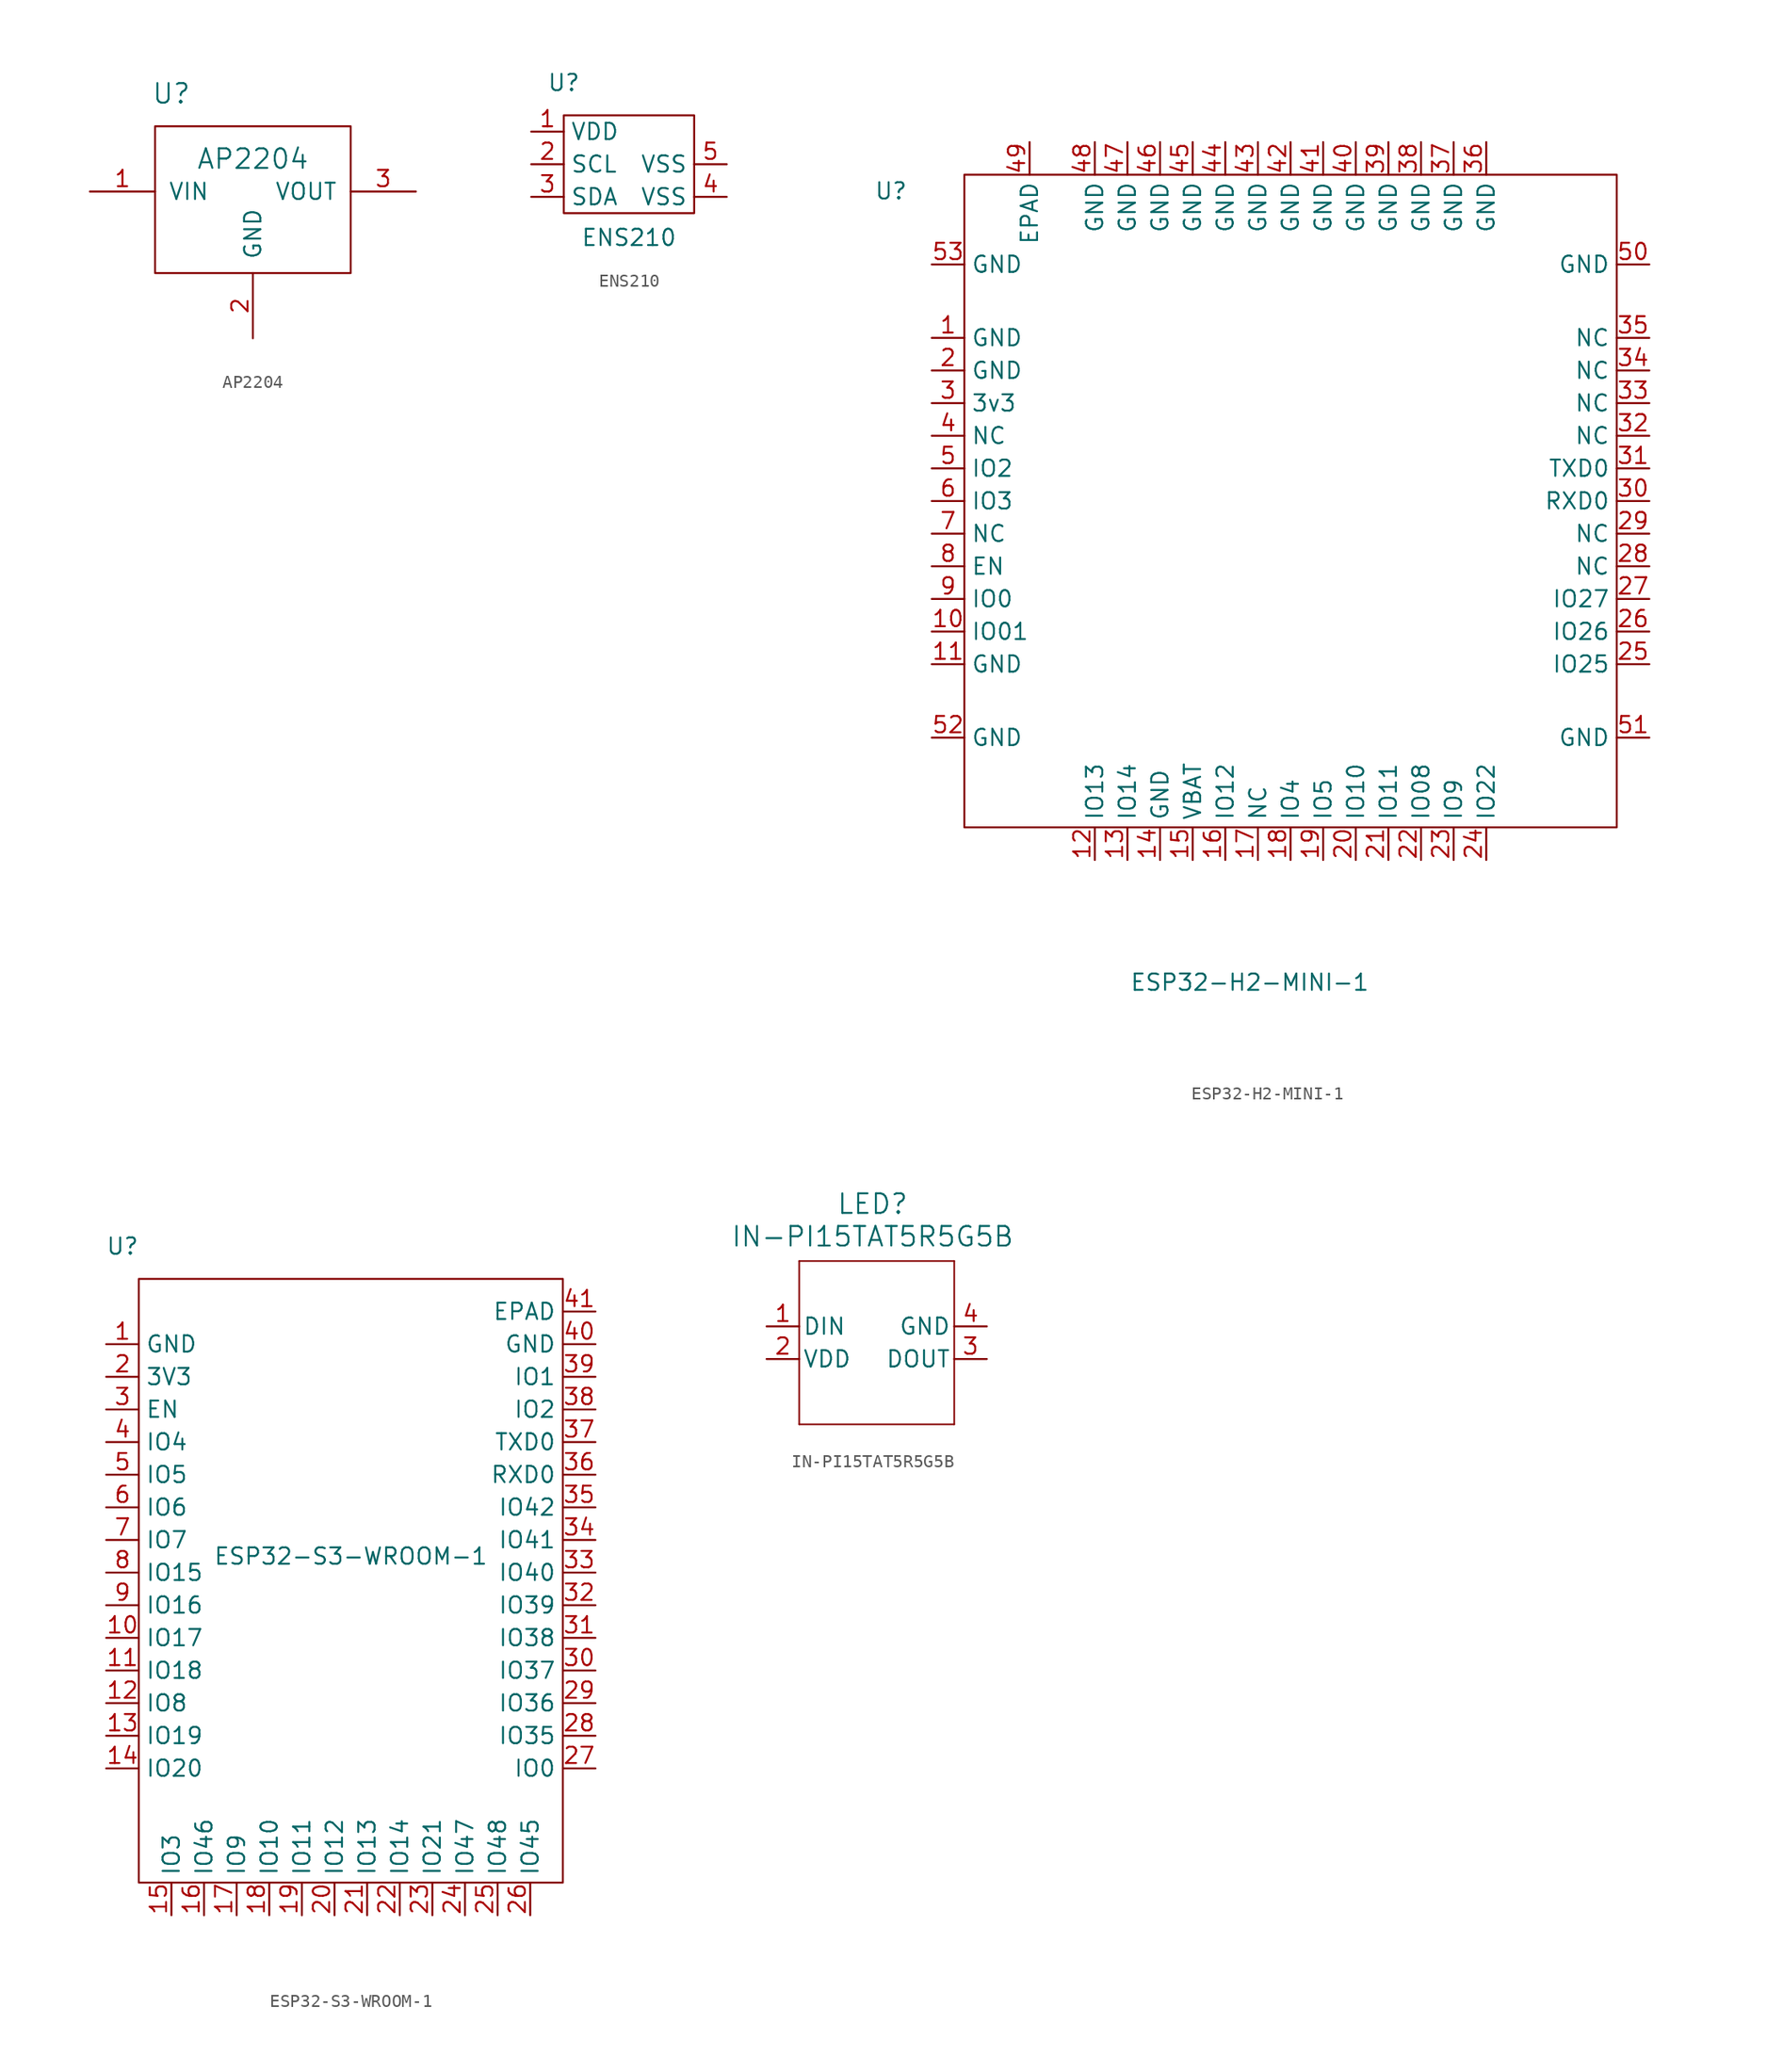
<source format=kicad_sym>
(kicad_symbol_lib
  (version 20231120)
  (generator "kicad_symbol_editor")
  (generator_version "8.0")
  (symbol "AP2204"
    (pin_names
      (offset 1.016))
    (property "Reference" "U"
      (at -6.35 7.62 0)
      (effects (font (size 1.524 1.524))))
    (property "Value" "AP2204"
      (at 0 2.54 0)
      (effects (font (size 1.524 1.524))))
    (symbol "AP2204_0_1"
      (rectangle (start -7.62 5.08) (end 7.62 -6.35) (stroke (width 0) (type default)) (fill (type none))))
    (symbol "AP2204_1_1"
      (pin input line (at -12.7 0 0) (length 5.08) (name "VIN" (effects (font (size 1.27 1.27)))) (number "1" (effects (font (size 1.27 1.27)))))
      (pin input line (at 0 -11.43 90) (length 5.08) (name "GND" (effects (font (size 1.27 1.27)))) (number "2" (effects (font (size 1.27 1.27)))))
      (pin input line (at 12.7 0 180) (length 5.08) (name "VOUT" (effects (font (size 1.27 1.27)))) (number "3" (effects (font (size 1.27 1.27)))))))
  (symbol "ENS210"
    (property "Reference" "U"
      (at -5.08 6.35 0)
      (effects (font (size 1.27 1.27))))
    (property "Value" "ENS210"
      (at 0 -5.715 0)
      (effects (font (size 1.27 1.27))))
    (symbol "ENS210_0_1"
      (rectangle (start -5.08 3.81) (end 5.08 -3.81) (stroke (width 0) (type default)) (fill (type none))))
    (symbol "ENS210_1_1"
      (pin input line (at -7.62 2.54 0) (length 2.54) (name "VDD" (effects (font (size 1.27 1.27)))) (number "1" (effects (font (size 1.27 1.27)))))
      (pin input line (at -7.62 0 0) (length 2.54) (name "SCL" (effects (font (size 1.27 1.27)))) (number "2" (effects (font (size 1.27 1.27)))))
      (pin input line (at -7.62 -2.54 0) (length 2.54) (name "SDA" (effects (font (size 1.27 1.27)))) (number "3" (effects (font (size 1.27 1.27)))))
      (pin input line (at 7.62 -2.54 180) (length 2.54) (name "VSS" (effects (font (size 1.27 1.27)))) (number "4" (effects (font (size 1.27 1.27)))))
      (pin input line (at 7.62 0 180) (length 2.54) (name "VSS" (effects (font (size 1.27 1.27)))) (number "5" (effects (font (size 1.27 1.27)))))))
  (symbol "ESP32-H2-MINI-1"
    (property "Reference" "U"
      (at -12.7 21.59 0)
      (effects (font (size 1.27 1.27))))
    (property "Value" "ESP32-H2-MINI-1"
      (at 15.24 -40.005 0)
      (effects (font (size 1.27 1.27))))
    (symbol "ESP32-H2-MINI-1_0_1"
      (rectangle (start -6.985 22.86) (end 43.815 -27.94) (stroke (width 0) (type default)) (fill (type none))))
    (symbol "ESP32-H2-MINI-1_1_1"
      (pin input line (at -9.525 10.16 0) (length 2.54) (name "GND" (effects (font (size 1.27 1.27)))) (number "1" (effects (font (size 1.27 1.27)))))
      (pin input line (at -9.525 -12.7 0) (length 2.54) (name "IO01" (effects (font (size 1.27 1.27)))) (number "10" (effects (font (size 1.27 1.27)))))
      (pin input line (at -9.525 -15.24 0) (length 2.54) (name "GND" (effects (font (size 1.27 1.27)))) (number "11" (effects (font (size 1.27 1.27)))))
      (pin input line (at 3.175 -30.48 90) (length 2.54) (name "IO13" (effects (font (size 1.27 1.27)))) (number "12" (effects (font (size 1.27 1.27)))))
      (pin input line (at 5.715 -30.48 90) (length 2.54) (name "IO14" (effects (font (size 1.27 1.27)))) (number "13" (effects (font (size 1.27 1.27)))))
      (pin input line (at 8.255 -30.48 90) (length 2.54) (name "GND" (effects (font (size 1.27 1.27)))) (number "14" (effects (font (size 1.27 1.27)))))
      (pin input line (at 10.795 -30.48 90) (length 2.54) (name "VBAT" (effects (font (size 1.27 1.27)))) (number "15" (effects (font (size 1.27 1.27)))))
      (pin input line (at 13.335 -30.48 90) (length 2.54) (name "IO12" (effects (font (size 1.27 1.27)))) (number "16" (effects (font (size 1.27 1.27)))))
      (pin input line (at 15.875 -30.48 90) (length 2.54) (name "NC" (effects (font (size 1.27 1.27)))) (number "17" (effects (font (size 1.27 1.27)))))
      (pin input line (at 18.415 -30.48 90) (length 2.54) (name "IO4" (effects (font (size 1.27 1.27)))) (number "18" (effects (font (size 1.27 1.27)))))
      (pin input line (at 20.955 -30.48 90) (length 2.54) (name "IO5" (effects (font (size 1.27 1.27)))) (number "19" (effects (font (size 1.27 1.27)))))
      (pin input line (at -9.525 7.62 0) (length 2.54) (name "GND" (effects (font (size 1.27 1.27)))) (number "2" (effects (font (size 1.27 1.27)))))
      (pin input line (at 23.495 -30.48 90) (length 2.54) (name "IO10" (effects (font (size 1.27 1.27)))) (number "20" (effects (font (size 1.27 1.27)))))
      (pin input line (at 26.035 -30.48 90) (length 2.54) (name "IO11" (effects (font (size 1.27 1.27)))) (number "21" (effects (font (size 1.27 1.27)))))
      (pin input line (at 28.575 -30.48 90) (length 2.54) (name "IO08" (effects (font (size 1.27 1.27)))) (number "22" (effects (font (size 1.27 1.27)))))
      (pin input line (at 31.115 -30.48 90) (length 2.54) (name "IO9" (effects (font (size 1.27 1.27)))) (number "23" (effects (font (size 1.27 1.27)))))
      (pin input line (at 33.655 -30.48 90) (length 2.54) (name "IO22" (effects (font (size 1.27 1.27)))) (number "24" (effects (font (size 1.27 1.27)))))
      (pin input line (at 46.355 -15.24 180) (length 2.54) (name "IO25" (effects (font (size 1.27 1.27)))) (number "25" (effects (font (size 1.27 1.27)))))
      (pin input line (at 46.355 -12.7 180) (length 2.54) (name "IO26" (effects (font (size 1.27 1.27)))) (number "26" (effects (font (size 1.27 1.27)))))
      (pin input line (at 46.355 -10.16 180) (length 2.54) (name "IO27" (effects (font (size 1.27 1.27)))) (number "27" (effects (font (size 1.27 1.27)))))
      (pin input line (at 46.355 -7.62 180) (length 2.54) (name "NC" (effects (font (size 1.27 1.27)))) (number "28" (effects (font (size 1.27 1.27)))))
      (pin input line (at 46.355 -5.08 180) (length 2.54) (name "NC" (effects (font (size 1.27 1.27)))) (number "29" (effects (font (size 1.27 1.27)))))
      (pin input line (at -9.525 5.08 0) (length 2.54) (name "3v3" (effects (font (size 1.27 1.27)))) (number "3" (effects (font (size 1.27 1.27)))))
      (pin input line (at 46.355 -2.54 180) (length 2.54) (name "RXD0" (effects (font (size 1.27 1.27)))) (number "30" (effects (font (size 1.27 1.27)))))
      (pin input line (at 46.355 0 180) (length 2.54) (name "TXD0" (effects (font (size 1.27 1.27)))) (number "31" (effects (font (size 1.27 1.27)))))
      (pin input line (at 46.355 2.54 180) (length 2.54) (name "NC" (effects (font (size 1.27 1.27)))) (number "32" (effects (font (size 1.27 1.27)))))
      (pin input line (at 46.355 5.08 180) (length 2.54) (name "NC" (effects (font (size 1.27 1.27)))) (number "33" (effects (font (size 1.27 1.27)))))
      (pin input line (at 46.355 7.62 180) (length 2.54) (name "NC" (effects (font (size 1.27 1.27)))) (number "34" (effects (font (size 1.27 1.27)))))
      (pin input line (at 46.355 10.16 180) (length 2.54) (name "NC" (effects (font (size 1.27 1.27)))) (number "35" (effects (font (size 1.27 1.27)))))
      (pin input line (at 33.655 25.4 270) (length 2.54) (name "GND" (effects (font (size 1.27 1.27)))) (number "36" (effects (font (size 1.27 1.27)))))
      (pin input line (at 31.115 25.4 270) (length 2.54) (name "GND" (effects (font (size 1.27 1.27)))) (number "37" (effects (font (size 1.27 1.27)))))
      (pin input line (at 28.575 25.4 270) (length 2.54) (name "GND" (effects (font (size 1.27 1.27)))) (number "38" (effects (font (size 1.27 1.27)))))
      (pin input line (at 26.035 25.4 270) (length 2.54) (name "GND" (effects (font (size 1.27 1.27)))) (number "39" (effects (font (size 1.27 1.27)))))
      (pin input line (at -9.525 2.54 0) (length 2.54) (name "NC" (effects (font (size 1.27 1.27)))) (number "4" (effects (font (size 1.27 1.27)))))
      (pin input line (at 23.495 25.4 270) (length 2.54) (name "GND" (effects (font (size 1.27 1.27)))) (number "40" (effects (font (size 1.27 1.27)))))
      (pin input line (at 20.955 25.4 270) (length 2.54) (name "GND" (effects (font (size 1.27 1.27)))) (number "41" (effects (font (size 1.27 1.27)))))
      (pin input line (at 18.415 25.4 270) (length 2.54) (name "GND" (effects (font (size 1.27 1.27)))) (number "42" (effects (font (size 1.27 1.27)))))
      (pin input line (at 15.875 25.4 270) (length 2.54) (name "GND" (effects (font (size 1.27 1.27)))) (number "43" (effects (font (size 1.27 1.27)))))
      (pin input line (at 13.335 25.4 270) (length 2.54) (name "GND" (effects (font (size 1.27 1.27)))) (number "44" (effects (font (size 1.27 1.27)))))
      (pin input line (at 10.795 25.4 270) (length 2.54) (name "GND" (effects (font (size 1.27 1.27)))) (number "45" (effects (font (size 1.27 1.27)))))
      (pin input line (at 8.255 25.4 270) (length 2.54) (name "GND" (effects (font (size 1.27 1.27)))) (number "46" (effects (font (size 1.27 1.27)))))
      (pin input line (at 5.715 25.4 270) (length 2.54) (name "GND" (effects (font (size 1.27 1.27)))) (number "47" (effects (font (size 1.27 1.27)))))
      (pin input line (at 3.175 25.4 270) (length 2.54) (name "GND" (effects (font (size 1.27 1.27)))) (number "48" (effects (font (size 1.27 1.27)))))
      (pin input line (at -1.905 25.4 270) (length 2.54) (name "EPAD" (effects (font (size 1.27 1.27)))) (number "49" (effects (font (size 1.27 1.27)))))
      (pin input line (at -9.525 0 0) (length 2.54) (name "IO2" (effects (font (size 1.27 1.27)))) (number "5" (effects (font (size 1.27 1.27)))))
      (pin input line (at 46.355 15.875 180) (length 2.54) (name "GND" (effects (font (size 1.27 1.27)))) (number "50" (effects (font (size 1.27 1.27)))))
      (pin input line (at 46.355 -20.955 180) (length 2.54) (name "GND" (effects (font (size 1.27 1.27)))) (number "51" (effects (font (size 1.27 1.27)))))
      (pin input line (at -9.525 -20.955 0) (length 2.54) (name "GND" (effects (font (size 1.27 1.27)))) (number "52" (effects (font (size 1.27 1.27)))))
      (pin input line (at -9.525 15.875 0) (length 2.54) (name "GND" (effects (font (size 1.27 1.27)))) (number "53" (effects (font (size 1.27 1.27)))))
      (pin input line (at -9.525 -2.54 0) (length 2.54) (name "IO3" (effects (font (size 1.27 1.27)))) (number "6" (effects (font (size 1.27 1.27)))))
      (pin input line (at -9.525 -5.08 0) (length 2.54) (name "NC" (effects (font (size 1.27 1.27)))) (number "7" (effects (font (size 1.27 1.27)))))
      (pin input line (at -9.525 -7.62 0) (length 2.54) (name "EN" (effects (font (size 1.27 1.27)))) (number "8" (effects (font (size 1.27 1.27)))))
      (pin input line (at -9.525 -10.16 0) (length 2.54) (name "IO0" (effects (font (size 1.27 1.27)))) (number "9" (effects (font (size 1.27 1.27)))))))
  (symbol "ESP32-S3-WROOM-1"
    (property "Reference" "U"
      (at -17.78 26.67 0)
      (effects (font (size 1.27 1.27))))
    (property "Value" "ESP32-S3-WROOM-1"
      (at 0 2.54 0)
      (effects (font (size 1.27 1.27))))
    (symbol "ESP32-S3-WROOM-1_0_1"
      (rectangle (start -16.51 -22.86) (end 16.51 24.13) (stroke (width 0) (type default)) (fill (type none))))
    (symbol "ESP32-S3-WROOM-1_1_1"
      (pin input line (at -19.05 19.05 0) (length 2.54) (name "GND" (effects (font (size 1.27 1.27)))) (number "1" (effects (font (size 1.27 1.27)))))
      (pin input line (at -19.05 -3.81 0) (length 2.54) (name "IO17" (effects (font (size 1.27 1.27)))) (number "10" (effects (font (size 1.27 1.27)))))
      (pin input line (at -19.05 -6.35 0) (length 2.54) (name "IO18" (effects (font (size 1.27 1.27)))) (number "11" (effects (font (size 1.27 1.27)))))
      (pin input line (at -19.05 -8.89 0) (length 2.54) (name "IO8" (effects (font (size 1.27 1.27)))) (number "12" (effects (font (size 1.27 1.27)))))
      (pin input line (at -19.05 -11.43 0) (length 2.54) (name "IO19" (effects (font (size 1.27 1.27)))) (number "13" (effects (font (size 1.27 1.27)))))
      (pin input line (at -19.05 -13.97 0) (length 2.54) (name "IO20" (effects (font (size 1.27 1.27)))) (number "14" (effects (font (size 1.27 1.27)))))
      (pin input line (at -13.97 -25.4 90) (length 2.54) (name "IO3" (effects (font (size 1.27 1.27)))) (number "15" (effects (font (size 1.27 1.27)))))
      (pin input line (at -11.43 -25.4 90) (length 2.54) (name "IO46" (effects (font (size 1.27 1.27)))) (number "16" (effects (font (size 1.27 1.27)))))
      (pin input line (at -8.89 -25.4 90) (length 2.54) (name "IO9" (effects (font (size 1.27 1.27)))) (number "17" (effects (font (size 1.27 1.27)))))
      (pin input line (at -6.35 -25.4 90) (length 2.54) (name "IO10" (effects (font (size 1.27 1.27)))) (number "18" (effects (font (size 1.27 1.27)))))
      (pin input line (at -3.81 -25.4 90) (length 2.54) (name "IO11" (effects (font (size 1.27 1.27)))) (number "19" (effects (font (size 1.27 1.27)))))
      (pin input line (at -19.05 16.51 0) (length 2.54) (name "3V3" (effects (font (size 1.27 1.27)))) (number "2" (effects (font (size 1.27 1.27)))))
      (pin input line (at -1.27 -25.4 90) (length 2.54) (name "IO12" (effects (font (size 1.27 1.27)))) (number "20" (effects (font (size 1.27 1.27)))))
      (pin input line (at 1.27 -25.4 90) (length 2.54) (name "IO13" (effects (font (size 1.27 1.27)))) (number "21" (effects (font (size 1.27 1.27)))))
      (pin input line (at 3.81 -25.4 90) (length 2.54) (name "IO14" (effects (font (size 1.27 1.27)))) (number "22" (effects (font (size 1.27 1.27)))))
      (pin input line (at 6.35 -25.4 90) (length 2.54) (name "IO21" (effects (font (size 1.27 1.27)))) (number "23" (effects (font (size 1.27 1.27)))))
      (pin input line (at 8.89 -25.4 90) (length 2.54) (name "IO47" (effects (font (size 1.27 1.27)))) (number "24" (effects (font (size 1.27 1.27)))))
      (pin input line (at 11.43 -25.4 90) (length 2.54) (name "IO48" (effects (font (size 1.27 1.27)))) (number "25" (effects (font (size 1.27 1.27)))))
      (pin input line (at 13.97 -25.4 90) (length 2.54) (name "IO45" (effects (font (size 1.27 1.27)))) (number "26" (effects (font (size 1.27 1.27)))))
      (pin input line (at 19.05 -13.97 180) (length 2.54) (name "IO0" (effects (font (size 1.27 1.27)))) (number "27" (effects (font (size 1.27 1.27)))))
      (pin input line (at 19.05 -11.43 180) (length 2.54) (name "IO35" (effects (font (size 1.27 1.27)))) (number "28" (effects (font (size 1.27 1.27)))))
      (pin input line (at 19.05 -8.89 180) (length 2.54) (name "IO36" (effects (font (size 1.27 1.27)))) (number "29" (effects (font (size 1.27 1.27)))))
      (pin input line (at -19.05 13.97 0) (length 2.54) (name "EN" (effects (font (size 1.27 1.27)))) (number "3" (effects (font (size 1.27 1.27)))))
      (pin input line (at 19.05 -6.35 180) (length 2.54) (name "IO37" (effects (font (size 1.27 1.27)))) (number "30" (effects (font (size 1.27 1.27)))))
      (pin input line (at 19.05 -3.81 180) (length 2.54) (name "IO38" (effects (font (size 1.27 1.27)))) (number "31" (effects (font (size 1.27 1.27)))))
      (pin input line (at 19.05 -1.27 180) (length 2.54) (name "IO39" (effects (font (size 1.27 1.27)))) (number "32" (effects (font (size 1.27 1.27)))))
      (pin input line (at 19.05 1.27 180) (length 2.54) (name "IO40" (effects (font (size 1.27 1.27)))) (number "33" (effects (font (size 1.27 1.27)))))
      (pin input line (at 19.05 3.81 180) (length 2.54) (name "IO41" (effects (font (size 1.27 1.27)))) (number "34" (effects (font (size 1.27 1.27)))))
      (pin input line (at 19.05 6.35 180) (length 2.54) (name "IO42" (effects (font (size 1.27 1.27)))) (number "35" (effects (font (size 1.27 1.27)))))
      (pin input line (at 19.05 8.89 180) (length 2.54) (name "RXD0" (effects (font (size 1.27 1.27)))) (number "36" (effects (font (size 1.27 1.27)))))
      (pin input line (at 19.05 11.43 180) (length 2.54) (name "TXD0" (effects (font (size 1.27 1.27)))) (number "37" (effects (font (size 1.27 1.27)))))
      (pin input line (at 19.05 13.97 180) (length 2.54) (name "IO2" (effects (font (size 1.27 1.27)))) (number "38" (effects (font (size 1.27 1.27)))))
      (pin input line (at 19.05 16.51 180) (length 2.54) (name "IO1" (effects (font (size 1.27 1.27)))) (number "39" (effects (font (size 1.27 1.27)))))
      (pin input line (at -19.05 11.43 0) (length 2.54) (name "IO4" (effects (font (size 1.27 1.27)))) (number "4" (effects (font (size 1.27 1.27)))))
      (pin input line (at 19.05 19.05 180) (length 2.54) (name "GND" (effects (font (size 1.27 1.27)))) (number "40" (effects (font (size 1.27 1.27)))))
      (pin input line (at 19.05 21.59 180) (length 2.54) (name "EPAD" (effects (font (size 1.27 1.27)))) (number "41" (effects (font (size 1.27 1.27)))))
      (pin input line (at -19.05 8.89 0) (length 2.54) (name "IO5" (effects (font (size 1.27 1.27)))) (number "5" (effects (font (size 1.27 1.27)))))
      (pin input line (at -19.05 6.35 0) (length 2.54) (name "IO6" (effects (font (size 1.27 1.27)))) (number "6" (effects (font (size 1.27 1.27)))))
      (pin input line (at -19.05 3.81 0) (length 2.54) (name "IO7" (effects (font (size 1.27 1.27)))) (number "7" (effects (font (size 1.27 1.27)))))
      (pin input line (at -19.05 1.27 0) (length 2.54) (name "IO15" (effects (font (size 1.27 1.27)))) (number "8" (effects (font (size 1.27 1.27)))))
      (pin input line (at -19.05 -1.27 0) (length 2.54) (name "IO16" (effects (font (size 1.27 1.27)))) (number "9" (effects (font (size 1.27 1.27)))))))
  (symbol "IN-PI15TAT5R5G5B"
    (pin_names
      (offset 0.254))
    (property "Reference" "LED"
      (at 0 10.16 0)
      (effects (font (size 1.524 1.524))))
    (property "Value" "IN-PI15TAT5R5G5B"
      (at 0 7.62 0)
      (effects (font (size 1.524 1.524))))
    (property "ki_locked" ""
      (at 0 0 0)
      (effects (font (size 1.27 1.27))))
    (symbol "IN-PI15TAT5R5G5B_0_1"
      (polyline (pts (xy -5.715 -6.985) (xy 6.35 -6.985)) (stroke (width 0.127) (type default)) (fill (type none)))
      (polyline (pts (xy -5.715 5.715) (xy -5.715 -6.985)) (stroke (width 0.127) (type default)) (fill (type none)))
      (polyline (pts (xy 6.35 -6.985) (xy 6.35 5.715)) (stroke (width 0.127) (type default)) (fill (type none)))
      (polyline (pts (xy 6.35 5.715) (xy -5.715 5.715)) (stroke (width 0.127) (type default)) (fill (type none))))
    (symbol "IN-PI15TAT5R5G5B_1_1"
      (pin input line (at -8.255 0.635 0) (length 2.54) (name "DIN" (effects (font (size 1.27 1.27)))) (number "1" (effects (font (size 1.27 1.27)))))
      (pin power_in line (at -8.255 -1.905 0) (length 2.54) (name "VDD" (effects (font (size 1.27 1.27)))) (number "2" (effects (font (size 1.27 1.27)))))
      (pin output line (at 8.89 -1.905 180) (length 2.54) (name "DOUT" (effects (font (size 1.27 1.27)))) (number "3" (effects (font (size 1.27 1.27)))))
      (pin power_out line (at 8.89 0.635 180) (length 2.54) (name "GND" (effects (font (size 1.27 1.27)))) (number "4" (effects (font (size 1.27 1.27))))))))
</source>
